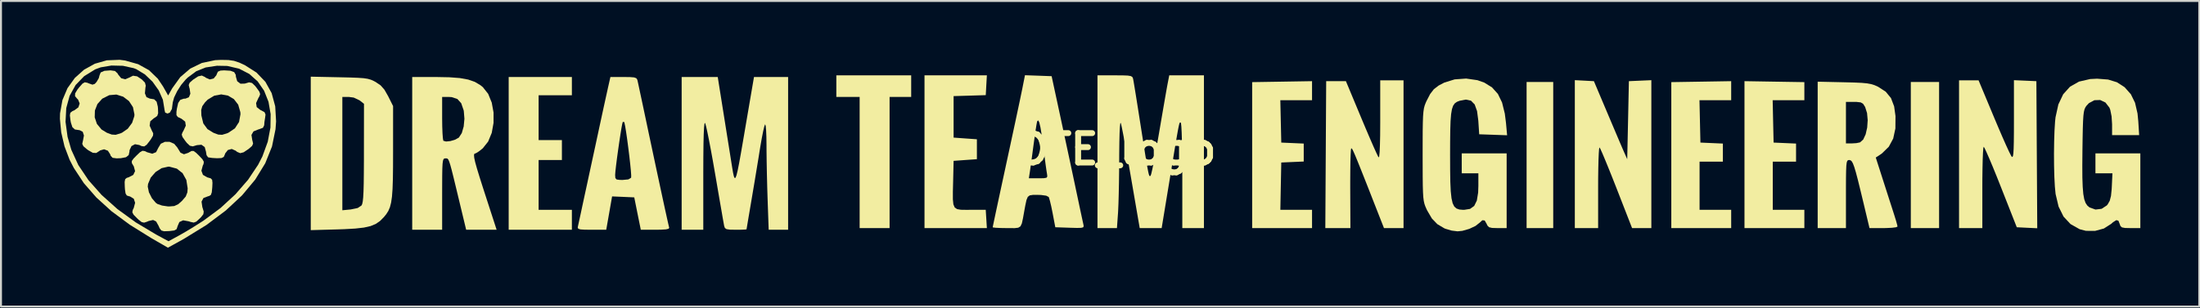
<source format=kicad_pcb>
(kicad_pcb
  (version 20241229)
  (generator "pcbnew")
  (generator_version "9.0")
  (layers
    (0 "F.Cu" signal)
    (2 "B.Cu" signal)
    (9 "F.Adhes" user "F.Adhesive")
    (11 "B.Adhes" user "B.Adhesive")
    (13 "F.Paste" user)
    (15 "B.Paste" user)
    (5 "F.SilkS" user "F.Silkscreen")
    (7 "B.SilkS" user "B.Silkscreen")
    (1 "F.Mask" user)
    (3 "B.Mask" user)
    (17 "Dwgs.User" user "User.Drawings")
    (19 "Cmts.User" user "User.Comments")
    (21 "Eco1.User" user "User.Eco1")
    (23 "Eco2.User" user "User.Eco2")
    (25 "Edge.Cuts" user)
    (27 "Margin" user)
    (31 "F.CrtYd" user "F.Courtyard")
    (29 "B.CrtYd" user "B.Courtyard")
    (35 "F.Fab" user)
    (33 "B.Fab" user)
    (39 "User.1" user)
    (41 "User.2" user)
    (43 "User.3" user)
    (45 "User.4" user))
  (footprint "DTE_logo"
    (layer "F.Cu")
    (at 53.832 4.56)
    (property "Reference" "DTE_logo" (at 0 0 0) (layer "F.SilkS") (effects (font (size 1.5 1.5) (thickness 0.3))))
    (attr board_only exclude_from_pos_files exclude_from_bom)
    (fp_poly (pts (xy 22.183 0.296) (xy 22.183 4.022) (xy 21.505 4.022) (xy 20.828 4.022) (xy 20.828 0.296) (xy 20.828 -3.429) (xy 21.505 -3.429) (xy 22.183 -3.429)) (stroke (width 0) (type solid)) (fill yes) (layer "F.SilkS"))
    (fp_poly (pts (xy 41.825 0.296) (xy 41.825 4.022) (xy 41.106 4.022) (xy 40.386 4.022) (xy 40.386 0.296) (xy 40.386 -3.429) (xy 41.106 -3.429) (xy 41.825 -3.429)) (stroke (width 0) (type solid)) (fill yes) (layer "F.SilkS"))
    (fp_poly (pts (xy -10.499 -3.217) (xy -10.499 -2.667) (xy -11.049 -2.667) (xy -11.599 -2.667) (xy -11.599 0.677) (xy -11.599 4.022) (xy -12.361 4.022) (xy -13.123 4.022) (xy -13.123 0.677) (xy -13.123 -2.667) (xy -13.716 -2.667) (xy -14.309 -2.667) (xy -14.309 -3.217) (xy -14.309 -3.768) (xy -12.404 -3.768) (xy -10.499 -3.768)) (stroke (width 0) (type solid)) (fill yes) (layer "F.SilkS"))
    (fp_poly (pts (xy -27.771 -3.217) (xy -27.771 -2.752) (xy -28.617 -2.752) (xy -29.464 -2.752) (xy -29.464 -1.609) (xy -29.464 -0.466) (xy -28.871 -0.466) (xy -28.279 -0.466) (xy -28.279 0.042) (xy -28.279 0.55) (xy -28.871 0.55) (xy -29.464 0.55) (xy -29.464 1.82) (xy -29.464 3.09) (xy -28.617 3.09) (xy -27.771 3.09) (xy -27.771 3.598) (xy -27.771 4.106) (xy -29.379 4.106) (xy -30.988 4.106) (xy -30.988 0.212) (xy -30.988 -3.683) (xy -29.379 -3.683) (xy -27.771 -3.683)) (stroke (width 0) (type solid)) (fill yes) (layer "F.SilkS"))
    (fp_poly (pts (xy 9.906 -2.985) (xy 9.906 -2.498) (xy 9.099 -2.498) (xy 8.292 -2.498) (xy 8.316 -1.418) (xy 8.34 -0.339) (xy 8.911 -0.314) (xy 9.483 -0.289) (xy 9.483 0.169) (xy 9.483 0.627) (xy 8.911 0.652) (xy 8.34 0.677) (xy 8.316 1.884) (xy 8.293 3.09) (xy 9.099 3.09) (xy 9.906 3.09) (xy 9.906 3.556) (xy 9.906 4.022) (xy 8.382 4.022) (xy 6.858 4.022) (xy 6.858 0.3) (xy 6.858 -3.422) (xy 8.382 -3.446) (xy 9.906 -3.471)) (stroke (width 0) (type solid)) (fill yes) (layer "F.SilkS"))
    (fp_poly (pts (xy 31.242 -2.985) (xy 31.242 -2.498) (xy 30.435 -2.498) (xy 29.628 -2.498) (xy 29.652 -1.418) (xy 29.676 -0.339) (xy 30.247 -0.314) (xy 30.819 -0.289) (xy 30.819 0.173) (xy 30.819 0.635) (xy 30.226 0.635) (xy 29.633 0.635) (xy 29.633 1.863) (xy 29.633 3.09) (xy 30.438 3.09) (xy 31.242 3.09) (xy 31.242 3.556) (xy 31.242 4.022) (xy 29.718 4.022) (xy 28.194 4.022) (xy 28.194 0.3) (xy 28.194 -3.422) (xy 29.718 -3.446) (xy 31.242 -3.471)) (stroke (width 0) (type solid)) (fill yes) (layer "F.SilkS"))
    (fp_poly (pts (xy 33.443 -3.446) (xy 34.967 -3.422) (xy 34.967 -2.96) (xy 34.967 -2.498) (xy 34.16 -2.498) (xy 33.354 -2.498) (xy 33.377 -1.418) (xy 33.401 -0.339) (xy 33.972 -0.314) (xy 34.544 -0.289) (xy 34.544 0.173) (xy 34.544 0.635) (xy 33.951 0.635) (xy 33.359 0.635) (xy 33.359 1.863) (xy 33.359 3.09) (xy 34.163 3.09) (xy 34.967 3.09) (xy 34.967 3.556) (xy 34.967 4.022) (xy 33.443 4.022) (xy 31.919 4.022) (xy 31.919 0.275) (xy 31.919 -3.471)) (stroke (width 0) (type solid)) (fill yes) (layer "F.SilkS"))
    (fp_poly (pts (xy -6.675 -3.263) (xy -6.703 -2.758) (xy -7.522 -2.733) (xy -8.34 -2.709) (xy -8.34 -1.651) (xy -8.34 -0.593) (xy -7.747 -0.55) (xy -7.154 -0.508) (xy -7.154 0) (xy -7.154 0.508) (xy -7.747 0.55) (xy -8.34 0.593) (xy -8.364 1.651) (xy -8.377 2.176) (xy -8.377 2.555) (xy -8.351 2.812) (xy -8.284 2.971) (xy -8.162 3.054) (xy -7.972 3.087) (xy -7.698 3.091) (xy -7.499 3.09) (xy -6.704 3.09) (xy -6.675 3.556) (xy -6.646 4.022) (xy -8.234 4.022) (xy -9.821 4.022) (xy -9.821 0.127) (xy -9.821 -3.768) (xy -8.234 -3.768) (xy -6.646 -3.768)) (stroke (width 0) (type solid)) (fill yes) (layer "F.SilkS"))
    (fp_poly (pts (xy 23.769 -3.497) (xy 24.254 -3.471) (xy 24.952 -1.82) (xy 25.17 -1.305) (xy 25.375 -0.822) (xy 25.554 -0.4) (xy 25.696 -0.069) (xy 25.788 0.142) (xy 25.8 0.169) (xy 25.95 0.508) (xy 25.993 -1.482) (xy 26.035 -3.471) (xy 26.606 -3.496) (xy 27.178 -3.521) (xy 27.178 0.25) (xy 27.178 4.022) (xy 26.688 4.022) (xy 26.197 4.022) (xy 25.404 1.986) (xy 25.187 1.435) (xy 24.987 0.937) (xy 24.813 0.513) (xy 24.675 0.186) (xy 24.58 -0.023) (xy 24.54 -0.093) (xy 24.52 -0.025) (xy 24.503 0.191) (xy 24.488 0.531) (xy 24.477 0.974) (xy 24.47 1.498) (xy 24.469 1.942) (xy 24.469 4.022) (xy 23.876 4.022) (xy 23.283 4.022) (xy 23.283 0.25) (xy 23.283 -3.522)) (stroke (width 0) (type solid)) (fill yes) (layer "F.SilkS"))
    (fp_poly (pts (xy 46.207 -3.496) (xy 46.778 -3.471) (xy 46.8 0.279) (xy 46.822 4.03) (xy 46.301 4.005) (xy 45.78 3.979) (xy 44.972 1.926) (xy 44.753 1.375) (xy 44.551 0.88) (xy 44.375 0.462) (xy 44.234 0.141) (xy 44.138 -0.062) (xy 44.095 -0.127) (xy 44.076 -0.046) (xy 44.059 0.181) (xy 44.045 0.532) (xy 44.035 0.983) (xy 44.028 1.513) (xy 44.027 1.947) (xy 44.027 4.022) (xy 43.434 4.022) (xy 42.841 4.022) (xy 42.841 0.254) (xy 42.841 -3.514) (xy 43.338 -3.514) (xy 43.835 -3.514) (xy 44.621 -1.63) (xy 44.846 -1.097) (xy 45.055 -0.611) (xy 45.238 -0.198) (xy 45.385 0.121) (xy 45.486 0.322) (xy 45.521 0.378) (xy 45.557 0.395) (xy 45.585 0.347) (xy 45.606 0.216) (xy 45.62 -0.015) (xy 45.629 -0.363) (xy 45.634 -0.846) (xy 45.635 -1.48) (xy 45.635 -1.51) (xy 45.635 -3.521)) (stroke (width 0) (type solid)) (fill yes) (layer "F.SilkS"))
    (fp_poly (pts (xy 14.563 0.254) (xy 14.563 4.022) (xy 14.065 4.022) (xy 13.568 4.022) (xy 13.078 2.773) (xy 12.785 2.024) (xy 12.546 1.419) (xy 12.356 0.941) (xy 12.21 0.578) (xy 12.101 0.314) (xy 12.022 0.134) (xy 11.968 0.023) (xy 11.932 -0.032) (xy 11.908 -0.046) (xy 11.898 -0.042) (xy 11.883 0.051) (xy 11.87 0.289) (xy 11.859 0.649) (xy 11.853 1.107) (xy 11.85 1.638) (xy 11.85 2.011) (xy 11.859 4.022) (xy 11.22 4.022) (xy 10.582 4.022) (xy 10.604 0.275) (xy 10.626 -3.471) (xy 11.128 -3.471) (xy 11.63 -3.471) (xy 12.424 -1.566) (xy 12.648 -1.033) (xy 12.854 -0.551) (xy 13.032 -0.142) (xy 13.173 0.171) (xy 13.266 0.365) (xy 13.298 0.419) (xy 13.324 0.365) (xy 13.346 0.151) (xy 13.362 -0.212) (xy 13.373 -0.715) (xy 13.377 -1.348) (xy 13.377 -1.507) (xy 13.377 -3.514) (xy 13.97 -3.514) (xy 14.563 -3.514)) (stroke (width 0) (type solid)) (fill yes) (layer "F.SilkS"))
    (fp_poly (pts (xy -39.603 -3.67) (xy -39.066 -3.658) (xy -38.669 -3.643) (xy -38.38 -3.623) (xy -38.17 -3.592) (xy -38.008 -3.547) (xy -37.864 -3.484) (xy -37.761 -3.429) (xy -37.508 -3.257) (xy -37.313 -3.036) (xy -37.126 -2.709) (xy -37.126 -2.709) (xy -36.872 -2.201) (xy -36.873 0.127) (xy -36.875 0.902) (xy -36.883 1.529) (xy -36.9 2.027) (xy -36.929 2.418) (xy -36.973 2.721) (xy -37.034 2.958) (xy -37.115 3.148) (xy -37.22 3.313) (xy -37.343 3.464) (xy -37.539 3.661) (xy -37.755 3.81) (xy -38.018 3.919) (xy -38.354 3.995) (xy -38.792 4.045) (xy -39.358 4.077) (xy -39.688 4.088) (xy -41.063 4.126) (xy -41.063 0.222) (xy -39.455 0.222) (xy -39.455 3.112) (xy -39.028 3.071) (xy -38.674 2.998) (xy -38.481 2.87) (xy -38.445 2.794) (xy -38.416 2.661) (xy -38.394 2.454) (xy -38.378 2.154) (xy -38.367 1.745) (xy -38.361 1.209) (xy -38.357 0.528) (xy -38.357 0.197) (xy -38.354 -2.316) (xy -38.577 -2.492) (xy -38.877 -2.634) (xy -39.127 -2.667) (xy -39.455 -2.667) (xy -39.455 0.222) (xy -41.063 0.222) (xy -41.063 0.213) (xy -41.063 -3.7)) (stroke (width 0) (type solid)) (fill yes) (layer "F.SilkS"))
    (fp_poly (pts (xy -34.009 -3.67) (xy -33.472 -3.629) (xy -33.048 -3.552) (xy -32.71 -3.434) (xy -32.431 -3.269) (xy -32.306 -3.169) (xy -32.032 -2.824) (xy -31.85 -2.377) (xy -31.758 -1.87) (xy -31.759 -1.342) (xy -31.85 -0.835) (xy -32.034 -0.39) (xy -32.304 -0.05) (xy -32.498 0.106) (xy -32.646 0.199) (xy -32.684 0.212) (xy -32.734 0.232) (xy -32.754 0.302) (xy -32.741 0.441) (xy -32.692 0.665) (xy -32.601 0.991) (xy -32.465 1.436) (xy -32.28 2.017) (xy -32.184 2.313) (xy -31.602 4.106) (xy -32.377 4.106) (xy -33.153 4.106) (xy -33.524 2.561) (xy -33.678 1.921) (xy -33.798 1.426) (xy -33.89 1.058) (xy -33.961 0.798) (xy -34.016 0.628) (xy -34.061 0.528) (xy -34.103 0.48) (xy -34.148 0.466) (xy -34.202 0.466) (xy -34.209 0.466) (xy -34.264 0.473) (xy -34.305 0.508) (xy -34.334 0.593) (xy -34.354 0.747) (xy -34.366 0.993) (xy -34.372 1.352) (xy -34.374 1.843) (xy -34.375 2.286) (xy -34.375 4.106) (xy -35.137 4.106) (xy -35.899 4.106) (xy -35.899 0.212) (xy -35.899 -1.58) (xy -34.375 -1.58) (xy -34.37 -1.167) (xy -34.357 -0.815) (xy -34.338 -0.56) (xy -34.315 -0.435) (xy -34.311 -0.43) (xy -34.175 -0.393) (xy -33.954 -0.416) (xy -33.718 -0.486) (xy -33.533 -0.588) (xy -33.523 -0.597) (xy -33.375 -0.824) (xy -33.278 -1.161) (xy -33.241 -1.554) (xy -33.273 -1.948) (xy -33.282 -1.99) (xy -33.405 -2.347) (xy -33.601 -2.563) (xy -33.895 -2.658) (xy -34.055 -2.667) (xy -34.375 -2.667) (xy -34.375 -1.58) (xy -35.899 -1.58) (xy -35.899 -3.683) (xy -34.686 -3.683)) (stroke (width 0) (type solid)) (fill yes) (layer "F.SilkS"))
    (fp_poly (pts (xy 36.978 -3.415) (xy 37.496 -3.402) (xy 37.879 -3.385) (xy 38.158 -3.359) (xy 38.369 -3.32) (xy 38.544 -3.265) (xy 38.716 -3.188) (xy 38.719 -3.186) (xy 39.108 -2.934) (xy 39.376 -2.61) (xy 39.537 -2.186) (xy 39.606 -1.691) (xy 39.601 -1.059) (xy 39.49 -0.545) (xy 39.266 -0.128) (xy 38.92 0.211) (xy 38.796 0.297) (xy 38.602 0.423) (xy 38.996 1.651) (xy 39.149 2.128) (xy 39.298 2.592) (xy 39.429 2.998) (xy 39.527 3.303) (xy 39.549 3.373) (xy 39.634 3.647) (xy 39.692 3.857) (xy 39.709 3.945) (xy 39.631 3.98) (xy 39.422 4.006) (xy 39.123 4.02) (xy 38.996 4.022) (xy 38.283 4.022) (xy 37.975 2.731) (xy 37.816 2.072) (xy 37.69 1.56) (xy 37.589 1.177) (xy 37.507 0.904) (xy 37.439 0.724) (xy 37.378 0.616) (xy 37.319 0.565) (xy 37.254 0.55) (xy 37.247 0.55) (xy 37.192 0.558) (xy 37.151 0.596) (xy 37.122 0.685) (xy 37.103 0.846) (xy 37.092 1.103) (xy 37.086 1.475) (xy 37.084 1.984) (xy 37.084 2.286) (xy 37.084 4.022) (xy 36.364 4.022) (xy 35.645 4.022) (xy 35.645 0.289) (xy 35.645 -1.355) (xy 37.084 -1.355) (xy 37.084 -0.296) (xy 37.373 -0.296) (xy 37.614 -0.311) (xy 37.796 -0.348) (xy 37.8 -0.349) (xy 37.963 -0.494) (xy 38.087 -0.761) (xy 38.165 -1.104) (xy 38.191 -1.48) (xy 38.158 -1.845) (xy 38.061 -2.152) (xy 38.055 -2.163) (xy 37.959 -2.314) (xy 37.837 -2.388) (xy 37.63 -2.412) (xy 37.505 -2.413) (xy 37.084 -2.413) (xy 37.084 -1.355) (xy 35.645 -1.355) (xy 35.645 -3.444)) (stroke (width 0) (type solid)) (fill yes) (layer "F.SilkS"))
    (fp_poly (pts (xy -20.073 -1.968) (xy -19.979 -1.378) (xy -19.884 -0.779) (xy -19.794 -0.216) (xy -19.717 0.267) (xy -19.662 0.614) (xy -19.609 0.946) (xy -19.565 1.205) (xy -19.525 1.383) (xy -19.485 1.47) (xy -19.442 1.456) (xy -19.393 1.332) (xy -19.333 1.089) (xy -19.259 0.717) (xy -19.167 0.206) (xy -19.053 -0.452) (xy -18.914 -1.267) (xy -18.91 -1.291) (xy -18.501 -3.683) (xy -17.633 -3.683) (xy -16.764 -3.683) (xy -16.764 0.212) (xy -16.764 4.106) (xy -17.259 4.106) (xy -17.753 4.106) (xy -17.809 2.519) (xy -17.828 1.911) (xy -17.844 1.262) (xy -17.856 0.63) (xy -17.863 0.073) (xy -17.864 -0.207) (xy -17.87 -0.634) (xy -17.884 -0.97) (xy -17.905 -1.189) (xy -17.932 -1.269) (xy -17.938 -1.266) (xy -17.978 -1.156) (xy -18.035 -0.913) (xy -18.103 -0.568) (xy -18.175 -0.156) (xy -18.194 -0.042) (xy -18.273 0.454) (xy -18.372 1.055) (xy -18.478 1.698) (xy -18.583 2.321) (xy -18.627 2.582) (xy -18.708 3.061) (xy -18.779 3.477) (xy -18.834 3.805) (xy -18.869 4.016) (xy -18.88 4.085) (xy -18.958 4.096) (xy -19.16 4.104) (xy -19.429 4.106) (xy -19.728 4.101) (xy -19.898 4.076) (xy -19.981 4.018) (xy -20.018 3.916) (xy -20.042 3.786) (xy -20.091 3.512) (xy -20.159 3.116) (xy -20.245 2.622) (xy -20.343 2.05) (xy -20.45 1.425) (xy -20.483 1.234) (xy -20.593 0.603) (xy -20.698 0.025) (xy -20.794 -0.478) (xy -20.877 -0.886) (xy -20.942 -1.176) (xy -20.986 -1.328) (xy -20.995 -1.344) (xy -21.021 -1.3) (xy -21.043 -1.109) (xy -21.06 -0.766) (xy -21.072 -0.266) (xy -21.079 0.394) (xy -21.082 1.219) (xy -21.082 1.338) (xy -21.082 4.106) (xy -21.632 4.106) (xy -22.183 4.106) (xy -22.183 0.212) (xy -22.183 -3.683) (xy -21.264 -3.683) (xy -20.346 -3.683)) (stroke (width 0) (type solid)) (fill yes) (layer "F.SilkS"))
    (fp_poly (pts (xy 50.428 -3.554) (xy 50.878 -3.416) (xy 51.257 -3.171) (xy 51.282 -3.149) (xy 51.589 -2.801) (xy 51.8 -2.369) (xy 51.926 -1.824) (xy 51.965 -1.425) (xy 52.009 -0.72) (xy 51.32 -0.72) (xy 50.631 -0.72) (xy 50.631 -1.278) (xy 50.606 -1.675) (xy 50.539 -2.007) (xy 50.497 -2.119) (xy 50.294 -2.382) (xy 50.025 -2.51) (xy 49.73 -2.5) (xy 49.452 -2.35) (xy 49.326 -2.214) (xy 49.27 -2.131) (xy 49.227 -2.033) (xy 49.195 -1.899) (xy 49.171 -1.706) (xy 49.154 -1.432) (xy 49.141 -1.054) (xy 49.131 -0.552) (xy 49.122 0.083) (xy 49.116 0.839) (xy 49.119 1.445) (xy 49.136 1.92) (xy 49.166 2.281) (xy 49.214 2.548) (xy 49.282 2.739) (xy 49.371 2.873) (xy 49.485 2.969) (xy 49.485 2.969) (xy 49.787 3.076) (xy 50.098 3.039) (xy 50.363 2.866) (xy 50.41 2.809) (xy 50.512 2.627) (xy 50.575 2.384) (xy 50.611 2.033) (xy 50.618 1.899) (xy 50.649 1.228) (xy 50.216 1.228) (xy 49.784 1.228) (xy 49.784 0.72) (xy 49.784 0.212) (xy 50.927 0.212) (xy 52.07 0.212) (xy 52.07 2.117) (xy 52.07 4.022) (xy 51.571 4.022) (xy 51.29 4.016) (xy 51.133 3.986) (xy 51.056 3.916) (xy 51.019 3.81) (xy 50.952 3.645) (xy 50.848 3.616) (xy 50.68 3.721) (xy 50.581 3.809) (xy 50.214 4.043) (xy 49.768 4.164) (xy 49.301 4.162) (xy 48.98 4.079) (xy 48.516 3.817) (xy 48.16 3.435) (xy 47.908 2.926) (xy 47.756 2.283) (xy 47.755 2.277) (xy 47.719 1.909) (xy 47.693 1.416) (xy 47.678 0.841) (xy 47.674 0.227) (xy 47.682 -0.381) (xy 47.7 -0.942) (xy 47.729 -1.41) (xy 47.752 -1.628) (xy 47.896 -2.283) (xy 48.142 -2.803) (xy 48.492 -3.191) (xy 48.949 -3.449) (xy 49.515 -3.579) (xy 49.869 -3.597)) (stroke (width 0) (type solid)) (fill yes) (layer "F.SilkS"))
    (fp_poly (pts (xy -24.805 -3.679) (xy -24.602 -3.662) (xy -24.493 -3.622) (xy -24.443 -3.548) (xy -24.428 -3.493) (xy -24.397 -3.352) (xy -24.338 -3.075) (xy -24.256 -2.692) (xy -24.158 -2.233) (xy -24.053 -1.736) (xy -23.848 -0.765) (xy -23.653 0.153) (xy -23.472 1.005) (xy -23.306 1.778) (xy -23.16 2.458) (xy -23.036 3.031) (xy -22.936 3.484) (xy -22.865 3.804) (xy -22.824 3.976) (xy -22.817 4) (xy -22.844 4.054) (xy -22.982 4.087) (xy -23.253 4.103) (xy -23.522 4.106) (xy -24.263 4.106) (xy -24.43 3.281) (xy -24.596 2.455) (xy -25.16 2.43) (xy -25.724 2.406) (xy -25.873 3.256) (xy -26.022 4.106) (xy -26.761 4.106) (xy -27.117 4.103) (xy -27.334 4.089) (xy -27.442 4.057) (xy -27.473 4.001) (xy -27.468 3.958) (xy -27.438 3.82) (xy -27.38 3.554) (xy -27.304 3.202) (xy -27.226 2.836) (xy -27.113 2.312) (xy -26.984 1.717) (xy -26.899 1.319) (xy -25.569 1.319) (xy -25.558 1.471) (xy -25.493 1.543) (xy -25.328 1.565) (xy -25.186 1.566) (xy -24.896 1.539) (xy -24.76 1.455) (xy -24.754 1.442) (xy -24.752 1.328) (xy -24.769 1.083) (xy -24.803 0.742) (xy -24.848 0.341) (xy -24.901 -0.085) (xy -24.956 -0.503) (xy -25.01 -0.876) (xy -25.058 -1.171) (xy -25.096 -1.351) (xy -25.111 -1.39) (xy -25.181 -1.39) (xy -25.207 -1.295) (xy -25.249 -1.067) (xy -25.302 -0.741) (xy -25.361 -0.353) (xy -25.421 0.064) (xy -25.477 0.474) (xy -25.523 0.841) (xy -25.556 1.132) (xy -25.569 1.31) (xy -25.569 1.319) (xy -26.899 1.319) (xy -26.861 1.144) (xy -26.806 0.889) (xy -26.705 0.422) (xy -26.583 -0.141) (xy -26.456 -0.732) (xy -26.338 -1.282) (xy -26.331 -1.312) (xy -26.225 -1.805) (xy -26.119 -2.292) (xy -26.024 -2.725) (xy -25.951 -3.054) (xy -25.939 -3.111) (xy -25.81 -3.683) (xy -25.141 -3.683)) (stroke (width 0) (type solid)) (fill yes) (layer "F.SilkS"))
    (fp_poly (pts (xy 0.268 -3.766) (xy 0.526 -3.756) (xy 0.679 -3.731) (xy 0.757 -3.686) (xy 0.792 -3.613) (xy 0.8 -3.577) (xy 0.824 -3.444) (xy 0.87 -3.169) (xy 0.934 -2.774) (xy 1.012 -2.286) (xy 1.1 -1.728) (xy 1.185 -1.185) (xy 1.3 -0.454) (xy 1.391 0.127) (xy 1.464 0.573) (xy 1.52 0.902) (xy 1.563 1.13) (xy 1.596 1.273) (xy 1.624 1.349) (xy 1.648 1.373) (xy 1.673 1.363) (xy 1.69 1.346) (xy 1.724 1.244) (xy 1.78 1) (xy 1.854 0.635) (xy 1.941 0.173) (xy 2.037 -0.361) (xy 2.114 -0.804) (xy 2.216 -1.404) (xy 2.314 -1.974) (xy 2.402 -2.483) (xy 2.475 -2.903) (xy 2.529 -3.204) (xy 2.551 -3.323) (xy 2.637 -3.768) (xy 3.52 -3.768) (xy 4.403 -3.768) (xy 4.403 0.127) (xy 4.403 4.022) (xy 3.852 4.022) (xy 3.302 4.022) (xy 3.302 1.36) (xy 3.3 0.705) (xy 3.293 0.106) (xy 3.283 -0.417) (xy 3.27 -0.843) (xy 3.254 -1.151) (xy 3.237 -1.321) (xy 3.228 -1.348) (xy 3.206 -1.363) (xy 3.187 -1.367) (xy 3.167 -1.344) (xy 3.145 -1.279) (xy 3.116 -1.154) (xy 3.077 -0.955) (xy 3.026 -0.666) (xy 2.958 -0.27) (xy 2.872 0.249) (xy 2.764 0.906) (xy 2.659 1.545) (xy 2.251 4.022) (xy 1.693 4.022) (xy 1.134 4.022) (xy 0.688 1.431) (xy 0.575 0.782) (xy 0.468 0.181) (xy 0.371 -0.351) (xy 0.287 -0.791) (xy 0.222 -1.117) (xy 0.179 -1.307) (xy 0.169 -1.342) (xy 0.145 -1.321) (xy 0.125 -1.143) (xy 0.109 -0.819) (xy 0.098 -0.36) (xy 0.091 0.22) (xy 0.09 0.474) (xy 0.086 1.094) (xy 0.078 1.708) (xy 0.066 2.278) (xy 0.052 2.768) (xy 0.036 3.14) (xy 0.03 3.247) (xy -0.025 4.022) (xy -0.521 4.022) (xy -1.016 4.022) (xy -1.016 0.127) (xy -1.016 -3.768) (xy -0.129 -3.768)) (stroke (width 0) (type solid)) (fill yes) (layer "F.SilkS"))
    (fp_poly (pts (xy 18.325 -3.521) (xy 18.677 -3.396) (xy 19.069 -3.152) (xy 19.366 -2.821) (xy 19.579 -2.382) (xy 19.719 -1.816) (xy 19.778 -1.35) (xy 19.836 -0.712) (xy 19.126 -0.737) (xy 18.415 -0.762) (xy 18.37 -1.455) (xy 18.306 -1.945) (xy 18.185 -2.283) (xy 17.997 -2.476) (xy 17.735 -2.532) (xy 17.418 -2.471) (xy 17.281 -2.416) (xy 17.173 -2.34) (xy 17.089 -2.221) (xy 17.028 -2.043) (xy 16.985 -1.786) (xy 16.957 -1.433) (xy 16.942 -0.963) (xy 16.935 -0.359) (xy 16.933 0.296) (xy 16.936 1.059) (xy 16.945 1.669) (xy 16.967 2.143) (xy 17.005 2.499) (xy 17.063 2.753) (xy 17.146 2.922) (xy 17.258 3.023) (xy 17.404 3.074) (xy 17.587 3.09) (xy 17.653 3.09) (xy 17.949 3.043) (xy 18.16 2.892) (xy 18.294 2.62) (xy 18.361 2.213) (xy 18.373 1.867) (xy 18.373 1.228) (xy 17.949 1.228) (xy 17.526 1.228) (xy 17.526 0.72) (xy 17.526 0.212) (xy 18.669 0.212) (xy 19.812 0.212) (xy 19.812 2.117) (xy 19.812 4.022) (xy 19.344 4.022) (xy 19.07 4.014) (xy 18.916 3.977) (xy 18.833 3.892) (xy 18.796 3.81) (xy 18.694 3.633) (xy 18.574 3.622) (xy 18.447 3.739) (xy 18.228 3.912) (xy 17.909 4.062) (xy 17.557 4.162) (xy 17.314 4.187) (xy 17.011 4.149) (xy 16.693 4.055) (xy 16.637 4.031) (xy 16.283 3.82) (xy 16.007 3.533) (xy 15.769 3.127) (xy 15.731 3.047) (xy 15.673 2.916) (xy 15.628 2.787) (xy 15.594 2.639) (xy 15.57 2.448) (xy 15.554 2.194) (xy 15.544 1.854) (xy 15.539 1.405) (xy 15.537 0.826) (xy 15.536 0.296) (xy 15.537 -0.395) (xy 15.539 -0.939) (xy 15.546 -1.358) (xy 15.557 -1.674) (xy 15.576 -1.91) (xy 15.602 -2.087) (xy 15.639 -2.228) (xy 15.687 -2.355) (xy 15.73 -2.452) (xy 15.916 -2.812) (xy 16.106 -3.06) (xy 16.349 -3.247) (xy 16.637 -3.398) (xy 17.167 -3.562) (xy 17.75 -3.604)) (stroke (width 0) (type solid)) (fill yes) (layer "F.SilkS"))
    (fp_poly (pts (xy -4.028 -3.75) (xy -3.35 -3.725) (xy -2.903 -1.651) (xy -2.755 -0.958) (xy -2.594 -0.206) (xy -2.432 0.552) (xy -2.28 1.265) (xy -2.15 1.879) (xy -2.118 2.032) (xy -2.009 2.544) (xy -1.911 3.009) (xy -1.828 3.398) (xy -1.767 3.682) (xy -1.734 3.831) (xy -1.733 3.834) (xy -1.718 3.927) (xy -1.746 3.983) (xy -1.848 4.009) (xy -2.055 4.014) (xy -2.398 4.005) (xy -2.426 4.004) (xy -3.163 3.979) (xy -3.299 3.26) (xy -3.368 2.92) (xy -3.435 2.639) (xy -3.487 2.463) (xy -3.5 2.434) (xy -3.627 2.369) (xy -3.889 2.333) (xy -4.063 2.328) (xy -4.306 2.329) (xy -4.464 2.353) (xy -4.563 2.429) (xy -4.63 2.588) (xy -4.689 2.862) (xy -4.739 3.133) (xy -4.809 3.525) (xy -4.865 3.782) (xy -4.936 3.932) (xy -5.05 4.003) (xy -5.235 4.024) (xy -5.52 4.022) (xy -5.632 4.022) (xy -5.957 4.017) (xy -6.205 4.005) (xy -6.338 3.988) (xy -6.35 3.98) (xy -6.333 3.891) (xy -6.283 3.654) (xy -6.206 3.289) (xy -6.104 2.812) (xy -5.982 2.244) (xy -5.844 1.601) (xy -5.818 1.482) (xy -4.509 1.482) (xy -4.026 1.482) (xy -3.754 1.478) (xy -3.614 1.455) (xy -3.57 1.392) (xy -3.583 1.269) (xy -3.587 1.249) (xy -3.614 1.08) (xy -3.656 0.782) (xy -3.708 0.394) (xy -3.764 -0.043) (xy -3.774 -0.127) (xy -3.851 -0.702) (xy -3.919 -1.113) (xy -3.979 -1.368) (xy -4.032 -1.471) (xy -4.081 -1.43) (xy -4.092 -1.397) (xy -4.118 -1.268) (xy -4.16 -1.007) (xy -4.211 -0.653) (xy -4.268 -0.241) (xy -4.272 -0.212) (xy -4.33 0.226) (xy -4.385 0.632) (xy -4.431 0.96) (xy -4.46 1.164) (xy -4.509 1.482) (xy -5.818 1.482) (xy -5.693 0.902) (xy -5.668 0.784) (xy -5.508 0.044) (xy -5.354 -0.673) (xy -5.21 -1.342) (xy -5.083 -1.941) (xy -4.976 -2.444) (xy -4.896 -2.83) (xy -4.846 -3.072) (xy -4.707 -3.774)) (stroke (width 0) (type solid)) (fill yes) (layer "F.SilkS"))
    (fp_poly (pts (xy -50.513 -4.524) (xy -49.847 -4.336) (xy -49.297 -4.031) (xy -48.85 -3.599) (xy -48.581 -3.199) (xy -48.322 -2.741) (xy -48.116 -3.106) (xy -47.705 -3.678) (xy -47.2 -4.11) (xy -46.606 -4.399) (xy -45.93 -4.542) (xy -45.629 -4.556) (xy -45.255 -4.549) (xy -44.972 -4.508) (xy -44.701 -4.418) (xy -44.419 -4.288) (xy -43.828 -3.912) (xy -43.372 -3.437) (xy -43.054 -2.862) (xy -42.872 -2.189) (xy -42.828 -1.421) (xy -42.857 -1.02) (xy -43.036 -0.141) (xy -43.38 0.716) (xy -43.889 1.547) (xy -44.559 2.351) (xy -45.388 3.124) (xy -46.374 3.864) (xy -47.515 4.567) (xy -47.641 4.638) (xy -48.335 5.021) (xy -49.187 4.528) (xy -50.274 3.851) (xy -51.201 3.165) (xy -51.978 2.46) (xy -52.616 1.727) (xy -53.122 0.958) (xy -53.341 0.533) (xy -53.598 -0.144) (xy -53.766 -0.86) (xy -53.818 -1.397) (xy -53.546 -1.397) (xy -53.443 -0.634) (xy -53.254 0.023) (xy -52.896 0.806) (xy -52.378 1.578) (xy -51.711 2.33) (xy -50.906 3.051) (xy -49.972 3.73) (xy -48.937 4.349) (xy -48.304 4.692) (xy -47.753 4.391) (xy -47.42 4.2) (xy -47.02 3.957) (xy -46.624 3.706) (xy -46.513 3.634) (xy -45.66 3.001) (xy -44.9 2.301) (xy -44.254 1.557) (xy -43.743 0.792) (xy -43.525 0.367) (xy -43.252 -0.382) (xy -43.115 -1.106) (xy -43.105 -1.791) (xy -43.215 -2.421) (xy -43.438 -2.983) (xy -43.767 -3.461) (xy -44.194 -3.841) (xy -44.712 -4.108) (xy -45.313 -4.247) (xy -45.837 -4.257) (xy -46.413 -4.17) (xy -46.892 -3.977) (xy -47.323 -3.657) (xy -47.429 -3.555) (xy -47.659 -3.281) (xy -47.865 -2.958) (xy -48.019 -2.64) (xy -48.09 -2.382) (xy -48.092 -2.35) (xy -48.132 -2.053) (xy -48.237 -1.868) (xy -48.355 -1.82) (xy -48.475 -1.869) (xy -48.514 -2.037) (xy -48.514 -2.059) (xy -48.591 -2.525) (xy -48.801 -2.999) (xy -49.116 -3.442) (xy -49.506 -3.816) (xy -49.943 -4.082) (xy -50.075 -4.134) (xy -50.627 -4.255) (xy -51.208 -4.268) (xy -51.756 -4.176) (xy -52.036 -4.073) (xy -52.597 -3.726) (xy -53.032 -3.275) (xy -53.337 -2.728) (xy -53.509 -2.099) (xy -53.546 -1.397) (xy -53.818 -1.397) (xy -53.832 -1.551) (xy -53.826 -1.828) (xy -53.704 -2.506) (xy -53.447 -3.113) (xy -53.073 -3.635) (xy -52.603 -4.056) (xy -52.053 -4.361) (xy -51.444 -4.534) (xy -50.794 -4.56)) (stroke (width 0) (type solid)) (fill yes) (layer "F.SilkS"))
    (fp_poly (pts (xy -51.03 -3.99) (xy -50.9 -3.871) (xy -50.873 -3.817) (xy -50.713 -3.621) (xy -50.504 -3.568) (xy -50.317 -3.647) (xy -50.11 -3.749) (xy -49.902 -3.717) (xy -49.667 -3.562) (xy -49.504 -3.398) (xy -49.462 -3.243) (xy -49.48 -3.134) (xy -49.505 -2.848) (xy -49.425 -2.655) (xy -49.253 -2.581) (xy -49.249 -2.581) (xy -49.033 -2.546) (xy -48.909 -2.423) (xy -48.849 -2.177) (xy -48.84 -2.077) (xy -48.832 -1.835) (xy -48.877 -1.699) (xy -48.998 -1.609) (xy -49.043 -1.586) (xy -49.232 -1.424) (xy -49.264 -1.202) (xy -49.151 -0.946) (xy -49.083 -0.814) (xy -49.092 -0.694) (xy -49.192 -0.523) (xy -49.249 -0.441) (xy -49.413 -0.23) (xy -49.539 -0.143) (xy -49.676 -0.16) (xy -49.79 -0.215) (xy -50.011 -0.256) (xy -50.191 -0.158) (xy -50.287 0.048) (xy -50.292 0.12) (xy -50.332 0.3) (xy -50.469 0.408) (xy -50.73 0.457) (xy -50.947 0.465) (xy -51.151 0.438) (xy -51.25 0.33) (xy -51.271 0.262) (xy -51.389 0.077) (xy -51.582 0.003) (xy -51.785 0.061) (xy -51.82 0.088) (xy -51.986 0.193) (xy -52.161 0.182) (xy -52.389 0.051) (xy -52.461 -0.002) (xy -52.637 -0.152) (xy -52.695 -0.273) (xy -52.663 -0.423) (xy -52.658 -0.437) (xy -52.609 -0.7) (xy -52.672 -0.891) (xy -52.835 -0.974) (xy -52.859 -0.975) (xy -53.07 -1.008) (xy -53.199 -1.127) (xy -53.276 -1.366) (xy -53.297 -1.489) (xy -53.313 -1.627) (xy -52.061 -1.627) (xy -51.949 -1.292) (xy -51.714 -1.007) (xy -51.442 -0.84) (xy -51.193 -0.748) (xy -50.996 -0.736) (xy -50.764 -0.804) (xy -50.672 -0.842) (xy -50.38 -1.044) (xy -50.156 -1.347) (xy -50.044 -1.688) (xy -50.039 -1.778) (xy -50.114 -2.146) (xy -50.316 -2.455) (xy -50.609 -2.678) (xy -50.957 -2.788) (xy -51.319 -2.758) (xy -51.678 -2.577) (xy -51.923 -2.304) (xy -52.051 -1.976) (xy -52.061 -1.627) (xy -53.313 -1.627) (xy -53.325 -1.729) (xy -53.301 -1.86) (xy -53.2 -1.94) (xy -53.094 -1.987) (xy -52.893 -2.135) (xy -52.827 -2.332) (xy -52.906 -2.53) (xy -52.959 -2.582) (xy -53.062 -2.706) (xy -53.058 -2.847) (xy -52.94 -3.044) (xy -52.839 -3.171) (xy -52.68 -3.349) (xy -52.565 -3.414) (xy -52.435 -3.389) (xy -52.356 -3.355) (xy -52.176 -3.292) (xy -52.057 -3.332) (xy -51.966 -3.432) (xy -51.854 -3.622) (xy -51.816 -3.768) (xy -51.757 -3.916) (xy -51.567 -3.998) (xy -51.257 -4.022)) (stroke (width 0) (type solid)) (fill yes) (layer "F.SilkS"))
    (fp_poly (pts (xy -48.245 -0.376) (xy -48.015 -0.277) (xy -47.85 -0.08) (xy -47.844 -0.067) (xy -47.694 0.176) (xy -47.518 0.257) (xy -47.298 0.184) (xy -47.264 0.162) (xy -47.132 0.088) (xy -47.028 0.089) (xy -46.899 0.182) (xy -46.751 0.326) (xy -46.576 0.514) (xy -46.506 0.64) (xy -46.522 0.757) (xy -46.559 0.833) (xy -46.63 1.096) (xy -46.551 1.307) (xy -46.334 1.434) (xy -46.305 1.441) (xy -46.156 1.484) (xy -46.084 1.558) (xy -46.066 1.713) (xy -46.076 1.934) (xy -46.101 2.196) (xy -46.15 2.333) (xy -46.244 2.389) (xy -46.285 2.397) (xy -46.524 2.487) (xy -46.623 2.672) (xy -46.582 2.952) (xy -46.572 2.979) (xy -46.512 3.179) (xy -46.531 3.315) (xy -46.647 3.463) (xy -46.716 3.533) (xy -46.887 3.69) (xy -47.019 3.741) (xy -47.187 3.706) (xy -47.27 3.677) (xy -47.558 3.625) (xy -47.751 3.712) (xy -47.849 3.939) (xy -47.853 3.964) (xy -47.896 4.08) (xy -48.012 4.142) (xy -48.246 4.172) (xy -48.284 4.175) (xy -48.531 4.183) (xy -48.668 4.145) (xy -48.755 4.031) (xy -48.814 3.899) (xy -48.936 3.682) (xy -49.088 3.608) (xy -49.314 3.66) (xy -49.401 3.698) (xy -49.548 3.745) (xy -49.673 3.715) (xy -49.834 3.587) (xy -49.909 3.516) (xy -50.081 3.34) (xy -50.146 3.22) (xy -50.125 3.098) (xy -50.073 2.992) (xy -50.004 2.731) (xy -50.073 2.524) (xy -50.267 2.407) (xy -50.313 2.398) (xy -50.427 2.36) (xy -50.49 2.258) (xy -50.521 2.049) (xy -50.529 1.929) (xy -50.53 1.909) (xy -49.361 1.909) (xy -49.301 2.197) (xy -49.151 2.496) (xy -48.952 2.731) (xy -48.863 2.794) (xy -48.634 2.872) (xy -48.344 2.915) (xy -48.273 2.918) (xy -48.011 2.897) (xy -47.811 2.805) (xy -47.617 2.633) (xy -47.427 2.411) (xy -47.344 2.2) (xy -47.329 1.994) (xy -47.397 1.565) (xy -47.587 1.223) (xy -47.878 0.991) (xy -48.252 0.891) (xy -48.319 0.889) (xy -48.653 0.965) (xy -48.964 1.164) (xy -49.209 1.446) (xy -49.345 1.768) (xy -49.361 1.909) (xy -50.53 1.909) (xy -50.537 1.669) (xy -50.511 1.529) (xy -50.431 1.461) (xy -50.336 1.432) (xy -50.099 1.31) (xy -50.006 1.117) (xy -50.07 0.876) (xy -50.092 0.841) (xy -50.17 0.706) (xy -50.173 0.601) (xy -50.083 0.475) (xy -49.936 0.324) (xy -49.753 0.15) (xy -49.631 0.08) (xy -49.511 0.096) (xy -49.391 0.154) (xy -49.129 0.228) (xy -48.936 0.15) (xy -48.819 -0.08) (xy -48.818 -0.082) (xy -48.697 -0.28) (xy -48.489 -0.377)) (stroke (width 0) (type solid)) (fill yes) (layer "F.SilkS"))
    (fp_poly (pts (xy -45.148 -4.002) (xy -44.962 -3.932) (xy -44.882 -3.796) (xy -44.873 -3.694) (xy -44.807 -3.468) (xy -44.64 -3.341) (xy -44.417 -3.347) (xy -44.408 -3.351) (xy -44.203 -3.411) (xy -44.053 -3.378) (xy -43.9 -3.232) (xy -43.818 -3.129) (xy -43.68 -2.935) (xy -43.639 -2.81) (xy -43.682 -2.69) (xy -43.723 -2.624) (xy -43.846 -2.354) (xy -43.815 -2.149) (xy -43.628 -2.001) (xy -43.595 -1.986) (xy -43.418 -1.892) (xy -43.366 -1.772) (xy -43.384 -1.627) (xy -43.421 -1.39) (xy -43.434 -1.221) (xy -43.496 -1.094) (xy -43.699 -1.017) (xy -43.727 -1.011) (xy -43.978 -0.91) (xy -44.082 -0.728) (xy -44.04 -0.459) (xy -44.033 -0.441) (xy -43.998 -0.29) (xy -44.05 -0.169) (xy -44.217 -0.022) (xy -44.237 -0.007) (xy -44.48 0.156) (xy -44.655 0.201) (xy -44.812 0.135) (xy -44.882 0.077) (xy -45.084 -0.013) (xy -45.282 0.039) (xy -45.418 0.213) (xy -45.433 0.26) (xy -45.49 0.392) (xy -45.607 0.45) (xy -45.835 0.459) (xy -46.082 0.445) (xy -46.263 0.418) (xy -46.292 0.41) (xy -46.368 0.303) (xy -46.397 0.123) (xy -46.461 -0.11) (xy -46.628 -0.229) (xy -46.861 -0.208) (xy -46.863 -0.207) (xy -47.067 -0.146) (xy -47.217 -0.177) (xy -47.371 -0.323) (xy -47.453 -0.427) (xy -47.59 -0.621) (xy -47.632 -0.746) (xy -47.589 -0.866) (xy -47.548 -0.932) (xy -47.424 -1.202) (xy -47.456 -1.407) (xy -47.643 -1.555) (xy -47.675 -1.569) (xy -47.833 -1.646) (xy -47.9 -1.739) (xy -47.9 -1.907) (xy -47.887 -2) (xy -46.64 -2) (xy -46.631 -1.727) (xy -46.63 -1.717) (xy -46.533 -1.316) (xy -46.32 -1.025) (xy -46.016 -0.838) (xy -45.772 -0.747) (xy -45.576 -0.736) (xy -45.342 -0.805) (xy -45.253 -0.842) (xy -44.924 -1.064) (xy -44.714 -1.39) (xy -44.641 -1.785) (xy -44.647 -1.889) (xy -44.757 -2.273) (xy -44.978 -2.558) (xy -45.277 -2.735) (xy -45.621 -2.796) (xy -45.976 -2.73) (xy -46.31 -2.528) (xy -46.446 -2.39) (xy -46.585 -2.194) (xy -46.64 -2) (xy -47.887 -2) (xy -47.878 -2.067) (xy -47.812 -2.359) (xy -47.705 -2.517) (xy -47.528 -2.577) (xy -47.44 -2.581) (xy -47.267 -2.65) (xy -47.192 -2.83) (xy -47.228 -3.088) (xy -47.239 -3.119) (xy -47.276 -3.274) (xy -47.226 -3.394) (xy -47.06 -3.541) (xy -47.043 -3.554) (xy -46.793 -3.717) (xy -46.609 -3.757) (xy -46.445 -3.681) (xy -46.401 -3.644) (xy -46.203 -3.559) (xy -46.003 -3.61) (xy -45.866 -3.776) (xy -45.853 -3.818) (xy -45.791 -3.954) (xy -45.66 -4.011) (xy -45.471 -4.022)) (stroke (width 0) (type solid)) (fill yes) (layer "F.SilkS")))
  (gr_rect
    (start -3 -3)
    (end 108.902 12.581)
    (stroke (width 0.1) (type default))
    (fill no)
    (layer "Edge.Cuts")))
</source>
